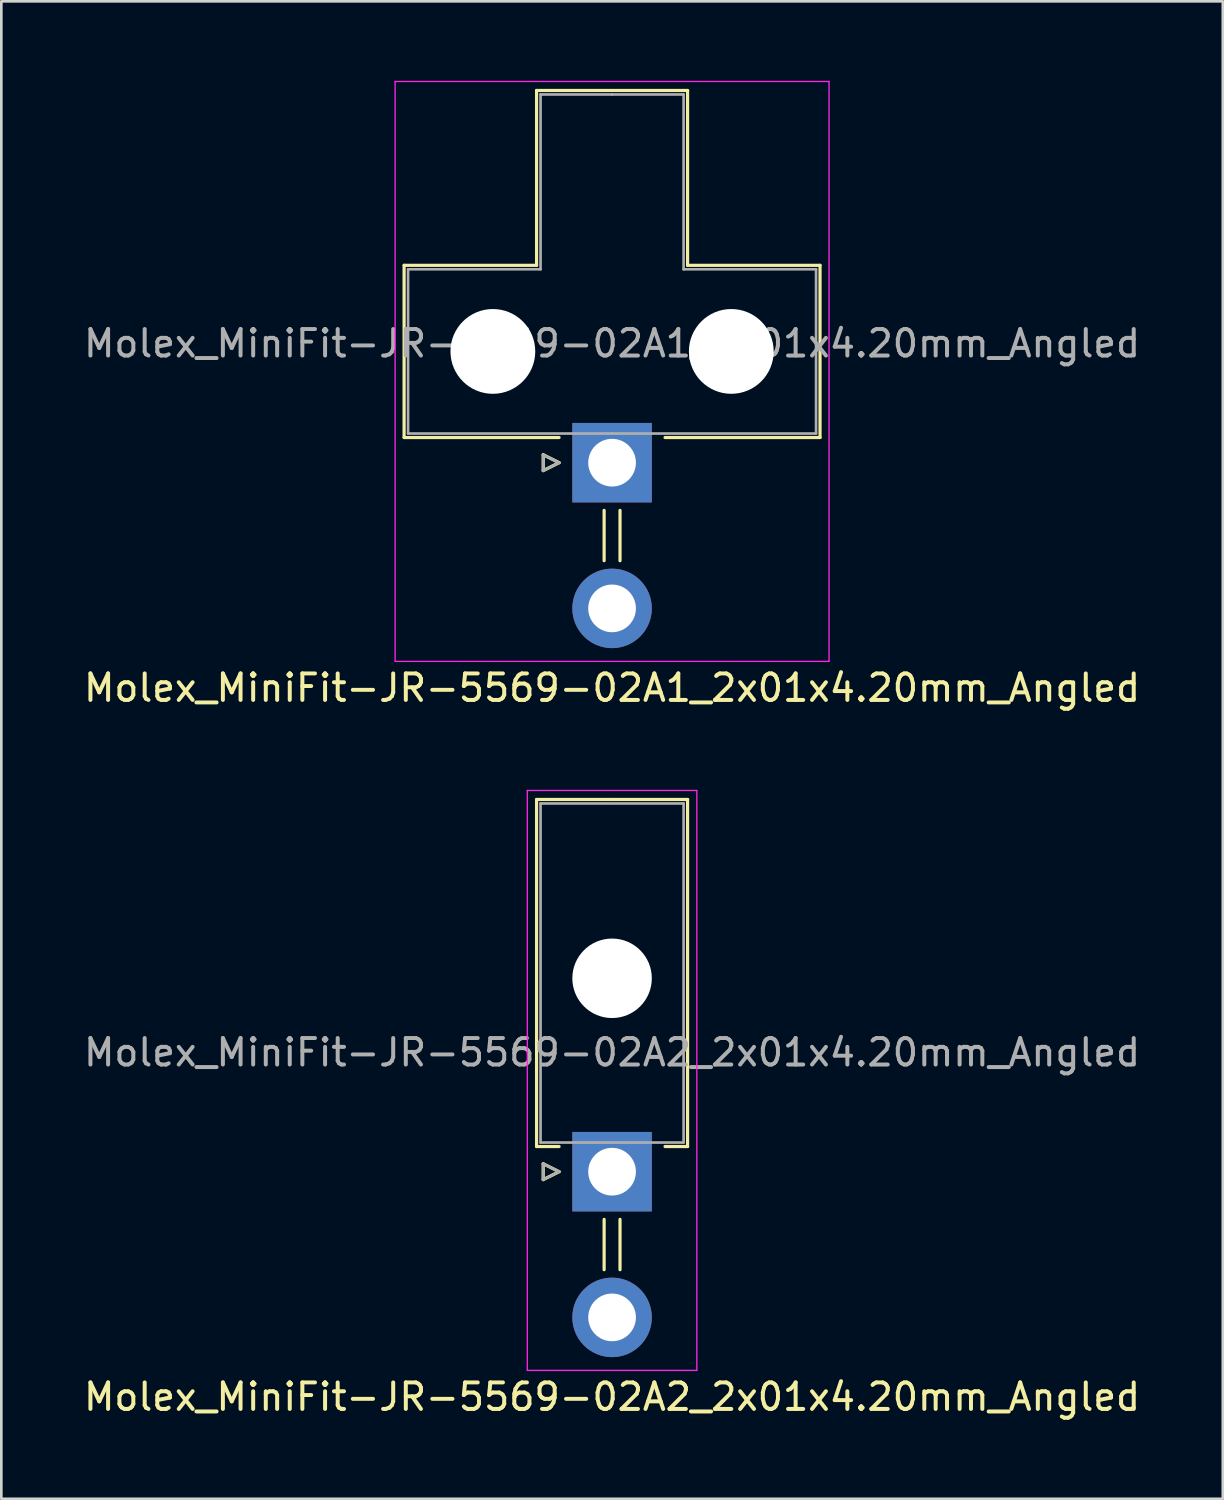
<source format=kicad_pcb>
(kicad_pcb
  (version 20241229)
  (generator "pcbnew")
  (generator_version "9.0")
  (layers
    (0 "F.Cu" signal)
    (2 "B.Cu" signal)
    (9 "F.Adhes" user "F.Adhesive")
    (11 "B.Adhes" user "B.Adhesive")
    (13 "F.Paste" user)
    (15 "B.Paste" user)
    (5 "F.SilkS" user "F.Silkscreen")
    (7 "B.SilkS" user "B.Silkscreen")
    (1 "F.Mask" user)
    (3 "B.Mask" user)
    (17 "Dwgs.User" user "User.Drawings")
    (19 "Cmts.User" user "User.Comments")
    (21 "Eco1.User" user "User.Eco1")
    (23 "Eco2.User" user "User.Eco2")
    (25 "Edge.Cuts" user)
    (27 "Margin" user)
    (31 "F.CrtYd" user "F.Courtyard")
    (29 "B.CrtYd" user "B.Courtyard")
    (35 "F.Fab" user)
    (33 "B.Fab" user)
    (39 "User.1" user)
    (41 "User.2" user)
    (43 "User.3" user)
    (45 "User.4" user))
  (footprint "Molex_MiniFit-JR-5569-02A1_2x01x4.20mm_Angled"
    (layer "F.Cu")
    (at 20.054 14.415)
    (property "Reference" "Molex_MiniFit-JR-5569-02A1_2x01x4.20mm_Angled" (at 0 8.5 0) (layer "F.SilkS") (effects (font (size 1 1) (thickness 0.15))))
    (attr through_hole)
    (fp_line (start -7.85 -7.45) (end -7.85 -0.95) (stroke (width 0.12) (type solid)) (layer "F.SilkS"))
    (fp_line (start -7.85 -0.95) (end -2 -0.95) (stroke (width 0.12) (type solid)) (layer "F.SilkS"))
    (fp_line (start -2.85 -14.05) (end -2.85 -7.45) (stroke (width 0.12) (type solid)) (layer "F.SilkS"))
    (fp_line (start -2.85 -7.45) (end -7.85 -7.45) (stroke (width 0.12) (type solid)) (layer "F.SilkS"))
    (fp_line (start -2.6 -0.3) (end -2 0) (stroke (width 0.12) (type solid)) (layer "F.SilkS"))
    (fp_line (start -2.6 0.3) (end -2.6 -0.3) (stroke (width 0.12) (type solid)) (layer "F.SilkS"))
    (fp_line (start -2 0) (end -2.6 0.3) (stroke (width 0.12) (type solid)) (layer "F.SilkS"))
    (fp_line (start -0.3 1.8) (end -0.3 3.7) (stroke (width 0.12) (type solid)) (layer "F.SilkS"))
    (fp_line (start 0 -14.05) (end -2.85 -14.05) (stroke (width 0.12) (type solid)) (layer "F.SilkS"))
    (fp_line (start 0 -14.05) (end 2.85 -14.05) (stroke (width 0.12) (type solid)) (layer "F.SilkS"))
    (fp_line (start 0.3 1.8) (end 0.3 3.7) (stroke (width 0.12) (type solid)) (layer "F.SilkS"))
    (fp_line (start 2.85 -14.05) (end 2.85 -7.45) (stroke (width 0.12) (type solid)) (layer "F.SilkS"))
    (fp_line (start 2.85 -7.45) (end 7.85 -7.45) (stroke (width 0.12) (type solid)) (layer "F.SilkS"))
    (fp_line (start 7.85 -7.45) (end 7.85 -0.95) (stroke (width 0.12) (type solid)) (layer "F.SilkS"))
    (fp_line (start 7.85 -0.95) (end 2 -0.95) (stroke (width 0.12) (type solid)) (layer "F.SilkS"))
    (fp_line (start -8.19 -14.39) (end -8.19 7.5) (stroke (width 0.05) (type solid)) (layer "F.CrtYd"))
    (fp_line (start -8.19 7.5) (end 8.19 7.5) (stroke (width 0.05) (type solid)) (layer "F.CrtYd"))
    (fp_line (start 8.19 -14.39) (end -8.19 -14.39) (stroke (width 0.05) (type solid)) (layer "F.CrtYd"))
    (fp_line (start 8.19 7.5) (end 8.19 -14.39) (stroke (width 0.05) (type solid)) (layer "F.CrtYd"))
    (fp_line (start -7.7 -7.3) (end -7.7 -1.1) (stroke (width 0.1) (type solid)) (layer "F.Fab"))
    (fp_line (start -7.7 -1.1) (end 0 -1.1) (stroke (width 0.1) (type solid)) (layer "F.Fab"))
    (fp_line (start -2.7 -13.9) (end -2.7 -7.3) (stroke (width 0.1) (type solid)) (layer "F.Fab"))
    (fp_line (start -2.7 -7.3) (end -7.7 -7.3) (stroke (width 0.1) (type solid)) (layer "F.Fab"))
    (fp_line (start -2.6 -0.3) (end -2 0) (stroke (width 0.1) (type solid)) (layer "F.Fab"))
    (fp_line (start -2.6 0.3) (end -2.6 -0.3) (stroke (width 0.1) (type solid)) (layer "F.Fab"))
    (fp_line (start -2 0) (end -2.6 0.3) (stroke (width 0.1) (type solid)) (layer "F.Fab"))
    (fp_line (start 0 -13.9) (end -2.7 -13.9) (stroke (width 0.1) (type solid)) (layer "F.Fab"))
    (fp_line (start 0 -13.9) (end 2.7 -13.9) (stroke (width 0.1) (type solid)) (layer "F.Fab"))
    (fp_line (start 2.7 -13.9) (end 2.7 -7.3) (stroke (width 0.1) (type solid)) (layer "F.Fab"))
    (fp_line (start 2.7 -7.3) (end 7.7 -7.3) (stroke (width 0.1) (type solid)) (layer "F.Fab"))
    (fp_line (start 7.7 -7.3) (end 7.7 -1.1) (stroke (width 0.1) (type solid)) (layer "F.Fab"))
    (fp_line (start 7.7 -1.1) (end 0 -1.1) (stroke (width 0.1) (type solid)) (layer "F.Fab"))
    (fp_text user "${REFERENCE}" (at 0 -4.5 0) (layer "F.Fab") (effects (font (size 1 1) (thickness 0.15))))
    (pad "" np_thru_hole circle (at -4.5 -4.2) (size 3.2 3.2) (drill 3.2) (layers "*.Cu" "*.Mask"))
    (pad "" np_thru_hole circle (at 4.5 -4.2) (size 3.2 3.2) (drill 3.2) (layers "*.Cu" "*.Mask"))
    (pad "1" thru_hole rect (at 0 0) (size 3 3) (drill 1.8) (layers "*.Cu" "*.Mask"))
    (pad "2" thru_hole circle (at 0 5.5) (size 3 3) (drill 1.8) (layers "*.Cu" "*.Mask")))
  (footprint "Molex_MiniFit-JR-5569-02A2_2x01x4.20mm_Angled"
    (layer "F.Cu")
    (at 20.054 41.178)
    (property "Reference" "Molex_MiniFit-JR-5569-02A2_2x01x4.20mm_Angled" (at 0 8.5 0) (layer "F.SilkS") (effects (font (size 1 1) (thickness 0.15))))
    (attr through_hole)
    (fp_line (start -2.85 -14.05) (end 0 -14.05) (stroke (width 0.12) (type solid)) (layer "F.SilkS"))
    (fp_line (start -2.85 -0.95) (end -2.85 -14.05) (stroke (width 0.12) (type solid)) (layer "F.SilkS"))
    (fp_line (start -2.6 -0.3) (end -2 0) (stroke (width 0.12) (type solid)) (layer "F.SilkS"))
    (fp_line (start -2.6 0.3) (end -2.6 -0.3) (stroke (width 0.12) (type solid)) (layer "F.SilkS"))
    (fp_line (start -2 -0.95) (end -2.85 -0.95) (stroke (width 0.12) (type solid)) (layer "F.SilkS"))
    (fp_line (start -2 0) (end -2.6 0.3) (stroke (width 0.12) (type solid)) (layer "F.SilkS"))
    (fp_line (start -0.3 1.8) (end -0.3 3.7) (stroke (width 0.12) (type solid)) (layer "F.SilkS"))
    (fp_line (start 0.3 1.8) (end 0.3 3.7) (stroke (width 0.12) (type solid)) (layer "F.SilkS"))
    (fp_line (start 2 -0.95) (end 2.85 -0.95) (stroke (width 0.12) (type solid)) (layer "F.SilkS"))
    (fp_line (start 2.85 -14.05) (end 0 -14.05) (stroke (width 0.12) (type solid)) (layer "F.SilkS"))
    (fp_line (start 2.85 -0.95) (end 2.85 -14.05) (stroke (width 0.12) (type solid)) (layer "F.SilkS"))
    (fp_line (start -3.2 -14.39) (end -3.2 7.5) (stroke (width 0.05) (type solid)) (layer "F.CrtYd"))
    (fp_line (start -3.2 7.5) (end 3.2 7.5) (stroke (width 0.05) (type solid)) (layer "F.CrtYd"))
    (fp_line (start 3.2 -14.39) (end -3.2 -14.39) (stroke (width 0.05) (type solid)) (layer "F.CrtYd"))
    (fp_line (start 3.2 7.5) (end 3.2 -14.39) (stroke (width 0.05) (type solid)) (layer "F.CrtYd"))
    (fp_line (start -2.7 -13.9) (end -2.7 -1.1) (stroke (width 0.1) (type solid)) (layer "F.Fab"))
    (fp_line (start -2.7 -1.1) (end 2.7 -1.1) (stroke (width 0.1) (type solid)) (layer "F.Fab"))
    (fp_line (start -2.6 -0.3) (end -2 0) (stroke (width 0.1) (type solid)) (layer "F.Fab"))
    (fp_line (start -2.6 0.3) (end -2.6 -0.3) (stroke (width 0.1) (type solid)) (layer "F.Fab"))
    (fp_line (start -2 0) (end -2.6 0.3) (stroke (width 0.1) (type solid)) (layer "F.Fab"))
    (fp_line (start 2.7 -13.9) (end -2.7 -13.9) (stroke (width 0.1) (type solid)) (layer "F.Fab"))
    (fp_line (start 2.7 -1.1) (end 2.7 -13.9) (stroke (width 0.1) (type solid)) (layer "F.Fab"))
    (fp_text user "${REFERENCE}" (at 0 -4.5 0) (layer "F.Fab") (effects (font (size 1 1) (thickness 0.15))))
    (pad "" np_thru_hole circle (at 0 -7.3) (size 3 3) (drill 3) (layers "*.Cu" "*.Mask"))
    (pad "1" thru_hole rect (at 0 0) (size 3 3) (drill 1.8) (layers "*.Cu" "*.Mask"))
    (pad "2" thru_hole circle (at 0 5.5) (size 3 3) (drill 1.8) (layers "*.Cu" "*.Mask")))
  (gr_rect
    (start -3 -3)
    (end 43.107 53.526)
    (stroke (width 0.1) (type default))
    (fill no)
    (layer "Edge.Cuts")))
</source>
